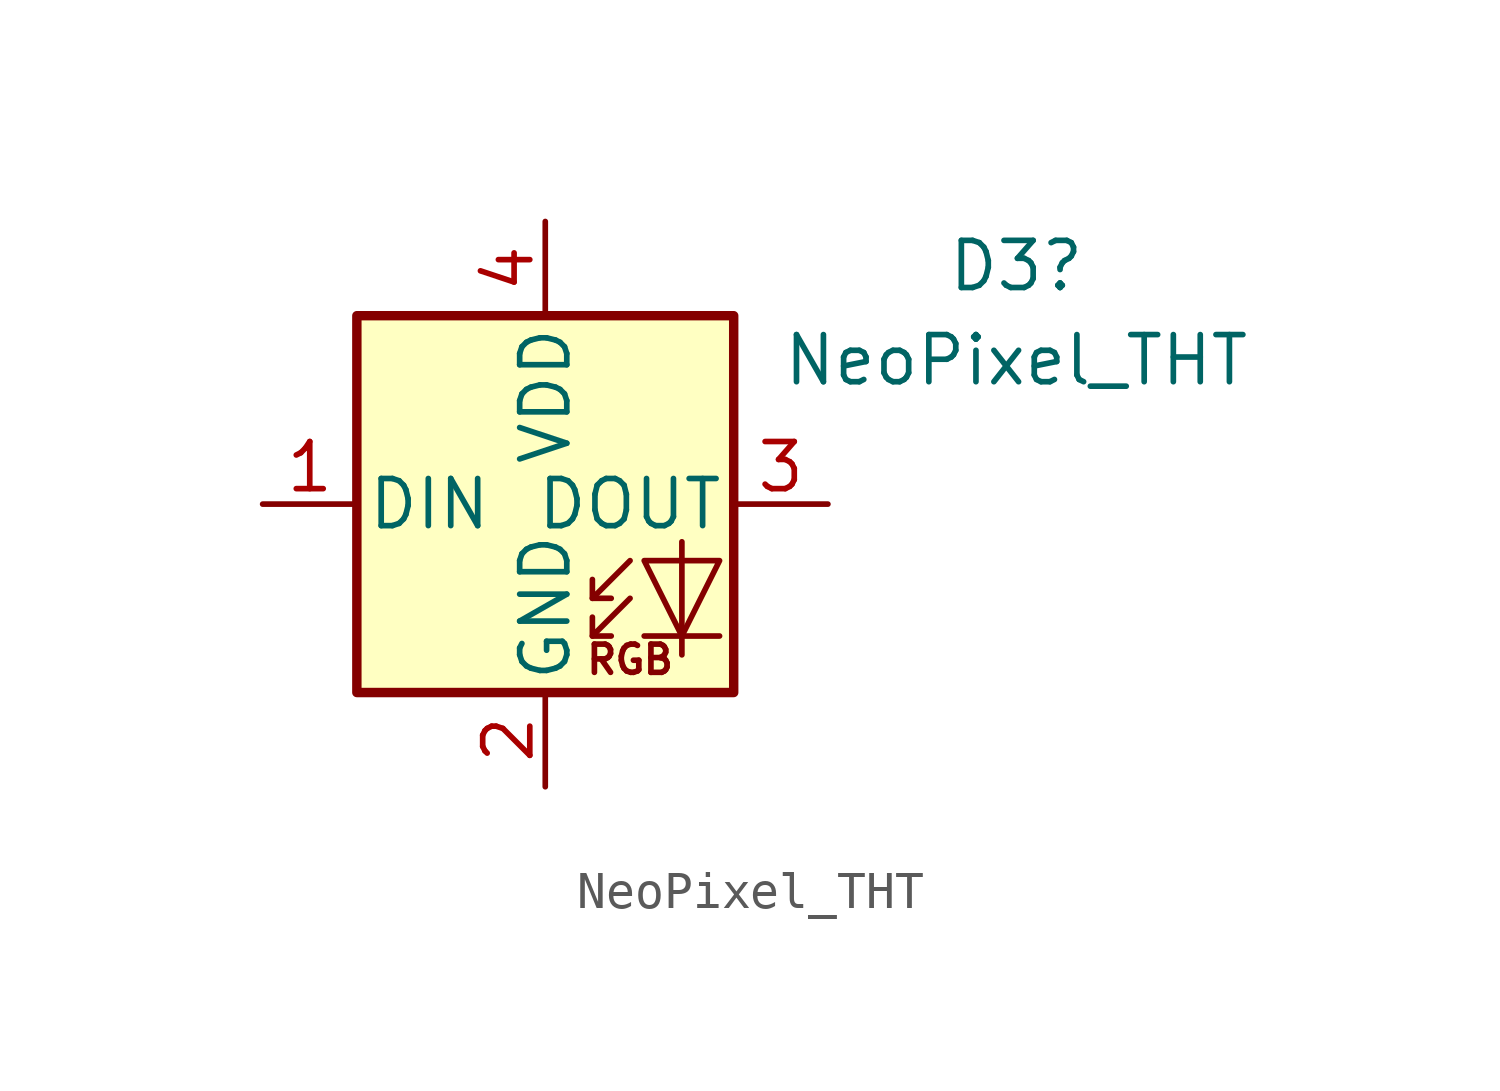
<source format=kicad_sym>
(kicad_symbol_lib
  (version 20241209)
  (generator "kicad_symbol_editor")
  (generator_version "9.0")
  (symbol "NeoPixel_THT"
    (pin_names
      (offset 0.254))
    (property "Reference" "D3"
      (at 12.7 6.42 0)
      (effects (font (size 1.27 1.27))))
    (property "Value" "NeoPixel_THT"
      (at 12.7 3.88 0)
      (effects (font (size 1.27 1.27))))
    (symbol "NeoPixel_THT_0_0"
      (text "RGB" (at 2.286 -4.191 0) (effects (font (size 0.762 0.762)))))
    (symbol "NeoPixel_THT_0_1"
      (rectangle (start -5.08 5.08) (end 5.08 -5.08) (stroke (width 0.254) (type default)) (fill (type background)))
      (polyline (pts (xy 1.27 -2.54) (xy 1.778 -2.54)) (stroke (width 0) (type default)) (fill (type none)))
      (polyline (pts (xy 1.27 -3.556) (xy 1.778 -3.556)) (stroke (width 0) (type default)) (fill (type none)))
      (polyline (pts (xy 2.286 -1.524) (xy 1.27 -2.54) (xy 1.27 -2.032)) (stroke (width 0) (type default)) (fill (type none)))
      (polyline (pts (xy 2.286 -2.54) (xy 1.27 -3.556) (xy 1.27 -3.048)) (stroke (width 0) (type default)) (fill (type none)))
      (polyline (pts (xy 3.683 -1.016) (xy 3.683 -3.556) (xy 3.683 -4.064)) (stroke (width 0) (type default)) (fill (type none)))
      (polyline (pts (xy 4.699 -1.524) (xy 2.667 -1.524) (xy 3.683 -3.556) (xy 4.699 -1.524)) (stroke (width 0) (type default)) (fill (type none)))
      (polyline (pts (xy 4.699 -3.556) (xy 2.667 -3.556)) (stroke (width 0) (type default)) (fill (type none))))
    (symbol "NeoPixel_THT_1_1"
      (pin input line (at -7.62 0 0) (length 2.54) (name "DIN" (effects (font (size 1.27 1.27)))) (number "1" (effects (font (size 1.27 1.27)))))
      (pin power_in line (at 0 7.62 270) (length 2.54) (name "VDD" (effects (font (size 1.27 1.27)))) (number "4" (effects (font (size 1.27 1.27)))))
      (pin power_in line (at 0 -7.62 90) (length 2.54) (name "GND" (effects (font (size 1.27 1.27)))) (number "2" (effects (font (size 1.27 1.27)))))
      (pin output line (at 7.62 0 180) (length 2.54) (name "DOUT" (effects (font (size 1.27 1.27)))) (number "3" (effects (font (size 1.27 1.27))))))))
</source>
